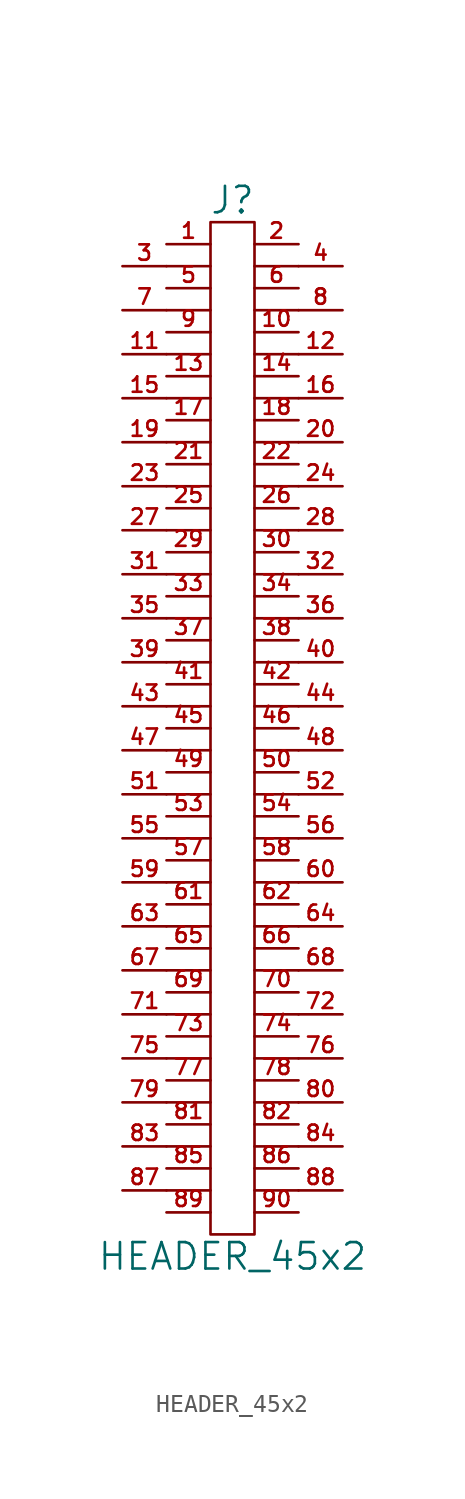
<source format=kicad_sym>
(kicad_symbol_lib
  (version 20211014)
  (generator kicad_symbol_editor)
  (symbol "HEADER_45x2"
    (pin_names
      (offset 0))
    (property "Reference" "J"
      (at 0 30.48 0)
      (effects (font (size 1.524 1.524))))
    (property "Value" "HEADER_45x2"
      (at 0 -30.48 0)
      (effects (font (size 1.524 1.524))))
    (property "Footprint" ""
      (at 0 3.81 0)
      (effects (font (size 1.524 1.524))))
    (property "Datasheet" ""
      (at 0 3.81 0)
      (effects (font (size 1.524 1.524))))
    (symbol "HEADER_45x2_0_1"
      (polyline (pts (xy -3.81 -26.67) (xy -1.27 -26.67)) (stroke (width 0) (type default) (color 0 0 0 0)) (fill (type none)))
      (polyline (pts (xy -3.81 -24.13) (xy -1.27 -24.13)) (stroke (width 0) (type default) (color 0 0 0 0)) (fill (type none)))
      (polyline (pts (xy -3.81 -21.59) (xy -1.27 -21.59)) (stroke (width 0) (type default) (color 0 0 0 0)) (fill (type none)))
      (polyline (pts (xy -3.81 -19.05) (xy -1.27 -19.05)) (stroke (width 0) (type default) (color 0 0 0 0)) (fill (type none)))
      (polyline (pts (xy -3.81 -16.51) (xy -1.27 -16.51)) (stroke (width 0) (type default) (color 0 0 0 0)) (fill (type none)))
      (polyline (pts (xy -3.81 -13.97) (xy -1.27 -13.97)) (stroke (width 0) (type default) (color 0 0 0 0)) (fill (type none)))
      (polyline (pts (xy -3.81 -11.43) (xy -1.27 -11.43)) (stroke (width 0) (type default) (color 0 0 0 0)) (fill (type none)))
      (polyline (pts (xy -3.81 -8.89) (xy -1.27 -8.89)) (stroke (width 0) (type default) (color 0 0 0 0)) (fill (type none)))
      (polyline (pts (xy -3.81 -6.35) (xy -1.27 -6.35)) (stroke (width 0) (type default) (color 0 0 0 0)) (fill (type none)))
      (polyline (pts (xy -3.81 -3.81) (xy -1.27 -3.81)) (stroke (width 0) (type default) (color 0 0 0 0)) (fill (type none)))
      (polyline (pts (xy -3.81 -1.27) (xy -1.27 -1.27)) (stroke (width 0) (type default) (color 0 0 0 0)) (fill (type none)))
      (polyline (pts (xy -3.81 1.27) (xy -1.27 1.27)) (stroke (width 0) (type default) (color 0 0 0 0)) (fill (type none)))
      (polyline (pts (xy -3.81 3.81) (xy -1.27 3.81)) (stroke (width 0) (type default) (color 0 0 0 0)) (fill (type none)))
      (polyline (pts (xy -3.81 6.35) (xy -1.27 6.35)) (stroke (width 0) (type default) (color 0 0 0 0)) (fill (type none)))
      (polyline (pts (xy -3.81 8.89) (xy -1.27 8.89)) (stroke (width 0) (type default) (color 0 0 0 0)) (fill (type none)))
      (polyline (pts (xy -3.81 11.43) (xy -1.27 11.43)) (stroke (width 0) (type default) (color 0 0 0 0)) (fill (type none)))
      (polyline (pts (xy -3.81 13.97) (xy -1.27 13.97)) (stroke (width 0) (type default) (color 0 0 0 0)) (fill (type none)))
      (polyline (pts (xy -3.81 16.51) (xy -1.27 16.51)) (stroke (width 0) (type default) (color 0 0 0 0)) (fill (type none)))
      (polyline (pts (xy -3.81 19.05) (xy -1.27 19.05)) (stroke (width 0) (type default) (color 0 0 0 0)) (fill (type none)))
      (polyline (pts (xy -3.81 21.59) (xy -1.27 21.59)) (stroke (width 0) (type default) (color 0 0 0 0)) (fill (type none)))
      (polyline (pts (xy -3.81 24.13) (xy -1.27 24.13)) (stroke (width 0) (type default) (color 0 0 0 0)) (fill (type none)))
      (polyline (pts (xy -3.81 26.67) (xy -1.27 26.67)) (stroke (width 0) (type default) (color 0 0 0 0)) (fill (type none)))
      (polyline (pts (xy 1.27 -26.67) (xy 3.81 -26.67)) (stroke (width 0) (type default) (color 0 0 0 0)) (fill (type none)))
      (polyline (pts (xy 1.27 -24.13) (xy 3.81 -24.13)) (stroke (width 0) (type default) (color 0 0 0 0)) (fill (type none)))
      (polyline (pts (xy 1.27 -21.59) (xy 3.81 -21.59)) (stroke (width 0) (type default) (color 0 0 0 0)) (fill (type none)))
      (polyline (pts (xy 1.27 -19.05) (xy 3.81 -19.05)) (stroke (width 0) (type default) (color 0 0 0 0)) (fill (type none)))
      (polyline (pts (xy 1.27 -16.51) (xy 3.81 -16.51)) (stroke (width 0) (type default) (color 0 0 0 0)) (fill (type none)))
      (polyline (pts (xy 1.27 -13.97) (xy 3.81 -13.97)) (stroke (width 0) (type default) (color 0 0 0 0)) (fill (type none)))
      (polyline (pts (xy 1.27 -11.43) (xy 3.81 -11.43)) (stroke (width 0) (type default) (color 0 0 0 0)) (fill (type none)))
      (polyline (pts (xy 1.27 -8.89) (xy 3.81 -8.89)) (stroke (width 0) (type default) (color 0 0 0 0)) (fill (type none)))
      (polyline (pts (xy 1.27 -6.35) (xy 3.81 -6.35)) (stroke (width 0) (type default) (color 0 0 0 0)) (fill (type none)))
      (polyline (pts (xy 1.27 -3.81) (xy 3.81 -3.81)) (stroke (width 0) (type default) (color 0 0 0 0)) (fill (type none)))
      (polyline (pts (xy 1.27 -1.27) (xy 3.81 -1.27)) (stroke (width 0) (type default) (color 0 0 0 0)) (fill (type none)))
      (polyline (pts (xy 1.27 1.27) (xy 3.81 1.27)) (stroke (width 0) (type default) (color 0 0 0 0)) (fill (type none)))
      (polyline (pts (xy 1.27 3.81) (xy 3.81 3.81)) (stroke (width 0) (type default) (color 0 0 0 0)) (fill (type none)))
      (polyline (pts (xy 1.27 6.35) (xy 3.81 6.35)) (stroke (width 0) (type default) (color 0 0 0 0)) (fill (type none)))
      (polyline (pts (xy 1.27 8.89) (xy 3.81 8.89)) (stroke (width 0) (type default) (color 0 0 0 0)) (fill (type none)))
      (polyline (pts (xy 1.27 11.43) (xy 3.81 11.43)) (stroke (width 0) (type default) (color 0 0 0 0)) (fill (type none)))
      (polyline (pts (xy 1.27 13.97) (xy 3.81 13.97)) (stroke (width 0) (type default) (color 0 0 0 0)) (fill (type none)))
      (polyline (pts (xy 1.27 16.51) (xy 3.81 16.51)) (stroke (width 0) (type default) (color 0 0 0 0)) (fill (type none)))
      (polyline (pts (xy 1.27 19.05) (xy 3.81 19.05)) (stroke (width 0) (type default) (color 0 0 0 0)) (fill (type none)))
      (polyline (pts (xy 1.27 21.59) (xy 3.81 21.59)) (stroke (width 0) (type default) (color 0 0 0 0)) (fill (type none)))
      (polyline (pts (xy 1.27 24.13) (xy 3.81 24.13)) (stroke (width 0) (type default) (color 0 0 0 0)) (fill (type none)))
      (polyline (pts (xy 1.27 26.67) (xy 3.81 26.67)) (stroke (width 0) (type default) (color 0 0 0 0)) (fill (type none)))
      (rectangle (start 1.27 -29.21) (end -1.27 29.21) (stroke (width 0) (type default) (color 0 0 0 0)) (fill (type none))))
    (symbol "HEADER_45x2_1_1"
      (pin passive line (at -3.81 27.94 0) (length 2.54) (name "~" (effects (font (size 1.27 1.27)))) (number "1" (effects (font (size 0.889 0.889)))))
      (pin passive line (at 3.81 22.86 180) (length 2.54) (name "~" (effects (font (size 1.27 1.27)))) (number "10" (effects (font (size 0.889 0.889)))))
      (pin passive line (at -6.35 21.59 0) (length 2.54) (name "~" (effects (font (size 1.27 1.27)))) (number "11" (effects (font (size 0.889 0.889)))))
      (pin passive line (at 6.35 21.59 180) (length 2.54) (name "~" (effects (font (size 1.27 1.27)))) (number "12" (effects (font (size 0.889 0.889)))))
      (pin passive line (at -3.81 20.32 0) (length 2.54) (name "~" (effects (font (size 1.27 1.27)))) (number "13" (effects (font (size 0.889 0.889)))))
      (pin passive line (at 3.81 20.32 180) (length 2.54) (name "~" (effects (font (size 1.27 1.27)))) (number "14" (effects (font (size 0.889 0.889)))))
      (pin passive line (at -6.35 19.05 0) (length 2.54) (name "~" (effects (font (size 1.27 1.27)))) (number "15" (effects (font (size 0.889 0.889)))))
      (pin passive line (at 6.35 19.05 180) (length 2.54) (name "~" (effects (font (size 1.27 1.27)))) (number "16" (effects (font (size 0.889 0.889)))))
      (pin passive line (at -3.81 17.78 0) (length 2.54) (name "~" (effects (font (size 1.27 1.27)))) (number "17" (effects (font (size 0.889 0.889)))))
      (pin passive line (at 3.81 17.78 180) (length 2.54) (name "~" (effects (font (size 1.27 1.27)))) (number "18" (effects (font (size 0.889 0.889)))))
      (pin passive line (at -6.35 16.51 0) (length 2.54) (name "~" (effects (font (size 1.27 1.27)))) (number "19" (effects (font (size 0.889 0.889)))))
      (pin passive line (at 3.81 27.94 180) (length 2.54) (name "~" (effects (font (size 1.27 1.27)))) (number "2" (effects (font (size 0.889 0.889)))))
      (pin passive line (at 6.35 16.51 180) (length 2.54) (name "~" (effects (font (size 1.27 1.27)))) (number "20" (effects (font (size 0.889 0.889)))))
      (pin passive line (at -3.81 15.24 0) (length 2.54) (name "~" (effects (font (size 1.27 1.27)))) (number "21" (effects (font (size 0.889 0.889)))))
      (pin passive line (at 3.81 15.24 180) (length 2.54) (name "~" (effects (font (size 1.27 1.27)))) (number "22" (effects (font (size 0.889 0.889)))))
      (pin passive line (at -6.35 13.97 0) (length 2.54) (name "~" (effects (font (size 1.27 1.27)))) (number "23" (effects (font (size 0.889 0.889)))))
      (pin passive line (at 6.35 13.97 180) (length 2.54) (name "~" (effects (font (size 1.27 1.27)))) (number "24" (effects (font (size 0.889 0.889)))))
      (pin passive line (at -3.81 12.7 0) (length 2.54) (name "~" (effects (font (size 1.27 1.27)))) (number "25" (effects (font (size 0.889 0.889)))))
      (pin passive line (at 3.81 12.7 180) (length 2.54) (name "~" (effects (font (size 1.27 1.27)))) (number "26" (effects (font (size 0.889 0.889)))))
      (pin passive line (at -6.35 11.43 0) (length 2.54) (name "~" (effects (font (size 1.27 1.27)))) (number "27" (effects (font (size 0.889 0.889)))))
      (pin passive line (at 6.35 11.43 180) (length 2.54) (name "~" (effects (font (size 1.27 1.27)))) (number "28" (effects (font (size 0.889 0.889)))))
      (pin passive line (at -3.81 10.16 0) (length 2.54) (name "~" (effects (font (size 1.27 1.27)))) (number "29" (effects (font (size 0.889 0.889)))))
      (pin passive line (at -6.35 26.67 0) (length 2.54) (name "~" (effects (font (size 1.27 1.27)))) (number "3" (effects (font (size 0.889 0.889)))))
      (pin passive line (at 3.81 10.16 180) (length 2.54) (name "~" (effects (font (size 1.27 1.27)))) (number "30" (effects (font (size 0.889 0.889)))))
      (pin passive line (at -6.35 8.89 0) (length 2.54) (name "~" (effects (font (size 1.27 1.27)))) (number "31" (effects (font (size 0.889 0.889)))))
      (pin passive line (at 6.35 8.89 180) (length 2.54) (name "~" (effects (font (size 1.27 1.27)))) (number "32" (effects (font (size 0.889 0.889)))))
      (pin passive line (at -3.81 7.62 0) (length 2.54) (name "~" (effects (font (size 1.27 1.27)))) (number "33" (effects (font (size 0.889 0.889)))))
      (pin passive line (at 3.81 7.62 180) (length 2.54) (name "~" (effects (font (size 1.27 1.27)))) (number "34" (effects (font (size 0.889 0.889)))))
      (pin passive line (at -6.35 6.35 0) (length 2.54) (name "~" (effects (font (size 1.27 1.27)))) (number "35" (effects (font (size 0.889 0.889)))))
      (pin passive line (at 6.35 6.35 180) (length 2.54) (name "~" (effects (font (size 1.27 1.27)))) (number "36" (effects (font (size 0.889 0.889)))))
      (pin passive line (at -3.81 5.08 0) (length 2.54) (name "~" (effects (font (size 0.889 0.889)))) (number "37" (effects (font (size 0.889 0.889)))))
      (pin passive line (at 3.81 5.08 180) (length 2.54) (name "~" (effects (font (size 1.27 1.27)))) (number "38" (effects (font (size 0.889 0.889)))))
      (pin passive line (at -6.35 3.81 0) (length 2.54) (name "~" (effects (font (size 1.27 1.27)))) (number "39" (effects (font (size 0.889 0.889)))))
      (pin passive line (at 6.35 26.67 180) (length 2.54) (name "~" (effects (font (size 1.27 1.27)))) (number "4" (effects (font (size 0.889 0.889)))))
      (pin passive line (at 6.35 3.81 180) (length 2.54) (name "~" (effects (font (size 1.27 1.27)))) (number "40" (effects (font (size 0.889 0.889)))))
      (pin passive line (at -3.81 2.54 0) (length 2.54) (name "~" (effects (font (size 1.27 1.27)))) (number "41" (effects (font (size 0.889 0.889)))))
      (pin passive line (at 3.81 2.54 180) (length 2.54) (name "~" (effects (font (size 1.27 1.27)))) (number "42" (effects (font (size 0.889 0.889)))))
      (pin passive line (at -6.35 1.27 0) (length 2.54) (name "~" (effects (font (size 1.27 1.27)))) (number "43" (effects (font (size 0.889 0.889)))))
      (pin passive line (at 6.35 1.27 180) (length 2.54) (name "~" (effects (font (size 1.27 1.27)))) (number "44" (effects (font (size 0.889 0.889)))))
      (pin passive line (at -3.81 0 0) (length 2.54) (name "~" (effects (font (size 1.27 1.27)))) (number "45" (effects (font (size 0.889 0.889)))))
      (pin passive line (at 3.81 0 180) (length 2.54) (name "~" (effects (font (size 1.27 1.27)))) (number "46" (effects (font (size 0.889 0.889)))))
      (pin passive line (at -6.35 -1.27 0) (length 2.54) (name "~" (effects (font (size 1.27 1.27)))) (number "47" (effects (font (size 0.889 0.889)))))
      (pin passive line (at 6.35 -1.27 180) (length 2.54) (name "~" (effects (font (size 1.27 1.27)))) (number "48" (effects (font (size 0.889 0.889)))))
      (pin passive line (at -3.81 -2.54 0) (length 2.54) (name "~" (effects (font (size 1.27 1.27)))) (number "49" (effects (font (size 0.889 0.889)))))
      (pin passive line (at -3.81 25.4 0) (length 2.54) (name "~" (effects (font (size 1.27 1.27)))) (number "5" (effects (font (size 0.889 0.889)))))
      (pin passive line (at 3.81 -2.54 180) (length 2.54) (name "~" (effects (font (size 1.27 1.27)))) (number "50" (effects (font (size 0.889 0.889)))))
      (pin passive line (at -6.35 -3.81 0) (length 2.54) (name "~" (effects (font (size 1.27 1.27)))) (number "51" (effects (font (size 0.889 0.889)))))
      (pin passive line (at 6.35 -3.81 180) (length 2.54) (name "~" (effects (font (size 1.27 1.27)))) (number "52" (effects (font (size 0.889 0.889)))))
      (pin passive line (at -3.81 -5.08 0) (length 2.54) (name "~" (effects (font (size 1.27 1.27)))) (number "53" (effects (font (size 0.889 0.889)))))
      (pin passive line (at 3.81 -5.08 180) (length 2.54) (name "~" (effects (font (size 1.27 1.27)))) (number "54" (effects (font (size 0.889 0.889)))))
      (pin passive line (at -6.35 -6.35 0) (length 2.54) (name "~" (effects (font (size 1.27 1.27)))) (number "55" (effects (font (size 0.889 0.889)))))
      (pin passive line (at 6.35 -6.35 180) (length 2.54) (name "~" (effects (font (size 1.27 1.27)))) (number "56" (effects (font (size 0.889 0.889)))))
      (pin passive line (at -3.81 -7.62 0) (length 2.54) (name "~" (effects (font (size 1.27 1.27)))) (number "57" (effects (font (size 0.889 0.889)))))
      (pin passive line (at 3.81 -7.62 180) (length 2.54) (name "~" (effects (font (size 1.27 1.27)))) (number "58" (effects (font (size 0.889 0.889)))))
      (pin passive line (at -6.35 -8.89 0) (length 2.54) (name "~" (effects (font (size 1.27 1.27)))) (number "59" (effects (font (size 0.889 0.889)))))
      (pin passive line (at 3.81 25.4 180) (length 2.54) (name "~" (effects (font (size 1.27 1.27)))) (number "6" (effects (font (size 0.889 0.889)))))
      (pin passive line (at 6.35 -8.89 180) (length 2.54) (name "~" (effects (font (size 1.27 1.27)))) (number "60" (effects (font (size 0.889 0.889)))))
      (pin passive line (at -3.81 -10.16 0) (length 2.54) (name "~" (effects (font (size 1.27 1.27)))) (number "61" (effects (font (size 0.889 0.889)))))
      (pin passive line (at 3.81 -10.16 180) (length 2.54) (name "~" (effects (font (size 1.27 1.27)))) (number "62" (effects (font (size 0.889 0.889)))))
      (pin passive line (at -6.35 -11.43 0) (length 2.54) (name "~" (effects (font (size 1.27 1.27)))) (number "63" (effects (font (size 0.889 0.889)))))
      (pin passive line (at 6.35 -11.43 180) (length 2.54) (name "~" (effects (font (size 1.27 1.27)))) (number "64" (effects (font (size 0.889 0.889)))))
      (pin passive line (at -3.81 -12.7 0) (length 2.54) (name "~" (effects (font (size 1.27 1.27)))) (number "65" (effects (font (size 0.889 0.889)))))
      (pin passive line (at 3.81 -12.7 180) (length 2.54) (name "~" (effects (font (size 1.27 1.27)))) (number "66" (effects (font (size 0.889 0.889)))))
      (pin passive line (at -6.35 -13.97 0) (length 2.54) (name "~" (effects (font (size 1.27 1.27)))) (number "67" (effects (font (size 0.889 0.889)))))
      (pin passive line (at 6.35 -13.97 180) (length 2.54) (name "~" (effects (font (size 1.27 1.27)))) (number "68" (effects (font (size 0.889 0.889)))))
      (pin passive line (at -3.81 -15.24 0) (length 2.54) (name "~" (effects (font (size 1.27 1.27)))) (number "69" (effects (font (size 0.889 0.889)))))
      (pin passive line (at -6.35 24.13 0) (length 2.54) (name "~" (effects (font (size 1.27 1.27)))) (number "7" (effects (font (size 0.889 0.889)))))
      (pin passive line (at 3.81 -15.24 180) (length 2.54) (name "~" (effects (font (size 1.27 1.27)))) (number "70" (effects (font (size 0.889 0.889)))))
      (pin passive line (at -6.35 -16.51 0) (length 2.54) (name "~" (effects (font (size 1.27 1.27)))) (number "71" (effects (font (size 0.889 0.889)))))
      (pin passive line (at 6.35 -16.51 180) (length 2.54) (name "~" (effects (font (size 1.27 1.27)))) (number "72" (effects (font (size 0.889 0.889)))))
      (pin passive line (at -3.81 -17.78 0) (length 2.54) (name "~" (effects (font (size 1.27 1.27)))) (number "73" (effects (font (size 0.889 0.889)))))
      (pin passive line (at 3.81 -17.78 180) (length 2.54) (name "~" (effects (font (size 1.27 1.27)))) (number "74" (effects (font (size 0.889 0.889)))))
      (pin passive line (at -6.35 -19.05 0) (length 2.54) (name "~" (effects (font (size 1.27 1.27)))) (number "75" (effects (font (size 0.889 0.889)))))
      (pin passive line (at 6.35 -19.05 180) (length 2.54) (name "~" (effects (font (size 1.27 1.27)))) (number "76" (effects (font (size 0.889 0.889)))))
      (pin passive line (at -3.81 -20.32 0) (length 2.54) (name "~" (effects (font (size 1.27 1.27)))) (number "77" (effects (font (size 0.889 0.889)))))
      (pin passive line (at 3.81 -20.32 180) (length 2.54) (name "~" (effects (font (size 1.27 1.27)))) (number "78" (effects (font (size 0.889 0.889)))))
      (pin passive line (at -6.35 -21.59 0) (length 2.54) (name "~" (effects (font (size 1.27 1.27)))) (number "79" (effects (font (size 0.889 0.889)))))
      (pin passive line (at 6.35 24.13 180) (length 2.54) (name "~" (effects (font (size 1.27 1.27)))) (number "8" (effects (font (size 0.889 0.889)))))
      (pin passive line (at 6.35 -21.59 180) (length 2.54) (name "~" (effects (font (size 1.27 1.27)))) (number "80" (effects (font (size 0.889 0.889)))))
      (pin passive line (at -3.81 -22.86 0) (length 2.54) (name "~" (effects (font (size 1.27 1.27)))) (number "81" (effects (font (size 0.889 0.889)))))
      (pin passive line (at 3.81 -22.86 180) (length 2.54) (name "~" (effects (font (size 1.27 1.27)))) (number "82" (effects (font (size 0.889 0.889)))))
      (pin passive line (at -6.35 -24.13 0) (length 2.54) (name "~" (effects (font (size 1.27 1.27)))) (number "83" (effects (font (size 0.889 0.889)))))
      (pin passive line (at 6.35 -24.13 180) (length 2.54) (name "~" (effects (font (size 1.27 1.27)))) (number "84" (effects (font (size 0.889 0.889)))))
      (pin passive line (at -3.81 -25.4 0) (length 2.54) (name "~" (effects (font (size 1.27 1.27)))) (number "85" (effects (font (size 0.889 0.889)))))
      (pin passive line (at 3.81 -25.4 180) (length 2.54) (name "~" (effects (font (size 1.27 1.27)))) (number "86" (effects (font (size 0.889 0.889)))))
      (pin passive line (at -6.35 -26.67 0) (length 2.54) (name "~" (effects (font (size 1.27 1.27)))) (number "87" (effects (font (size 0.889 0.889)))))
      (pin passive line (at 6.35 -26.67 180) (length 2.54) (name "~" (effects (font (size 1.27 1.27)))) (number "88" (effects (font (size 0.889 0.889)))))
      (pin passive line (at -3.81 -27.94 0) (length 2.54) (name "~" (effects (font (size 1.27 1.27)))) (number "89" (effects (font (size 0.889 0.889)))))
      (pin passive line (at -3.81 22.86 0) (length 2.54) (name "~" (effects (font (size 1.27 1.27)))) (number "9" (effects (font (size 0.889 0.889)))))
      (pin passive line (at 3.81 -27.94 180) (length 2.54) (name "~" (effects (font (size 1.27 1.27)))) (number "90" (effects (font (size 0.889 0.889))))))))
</source>
